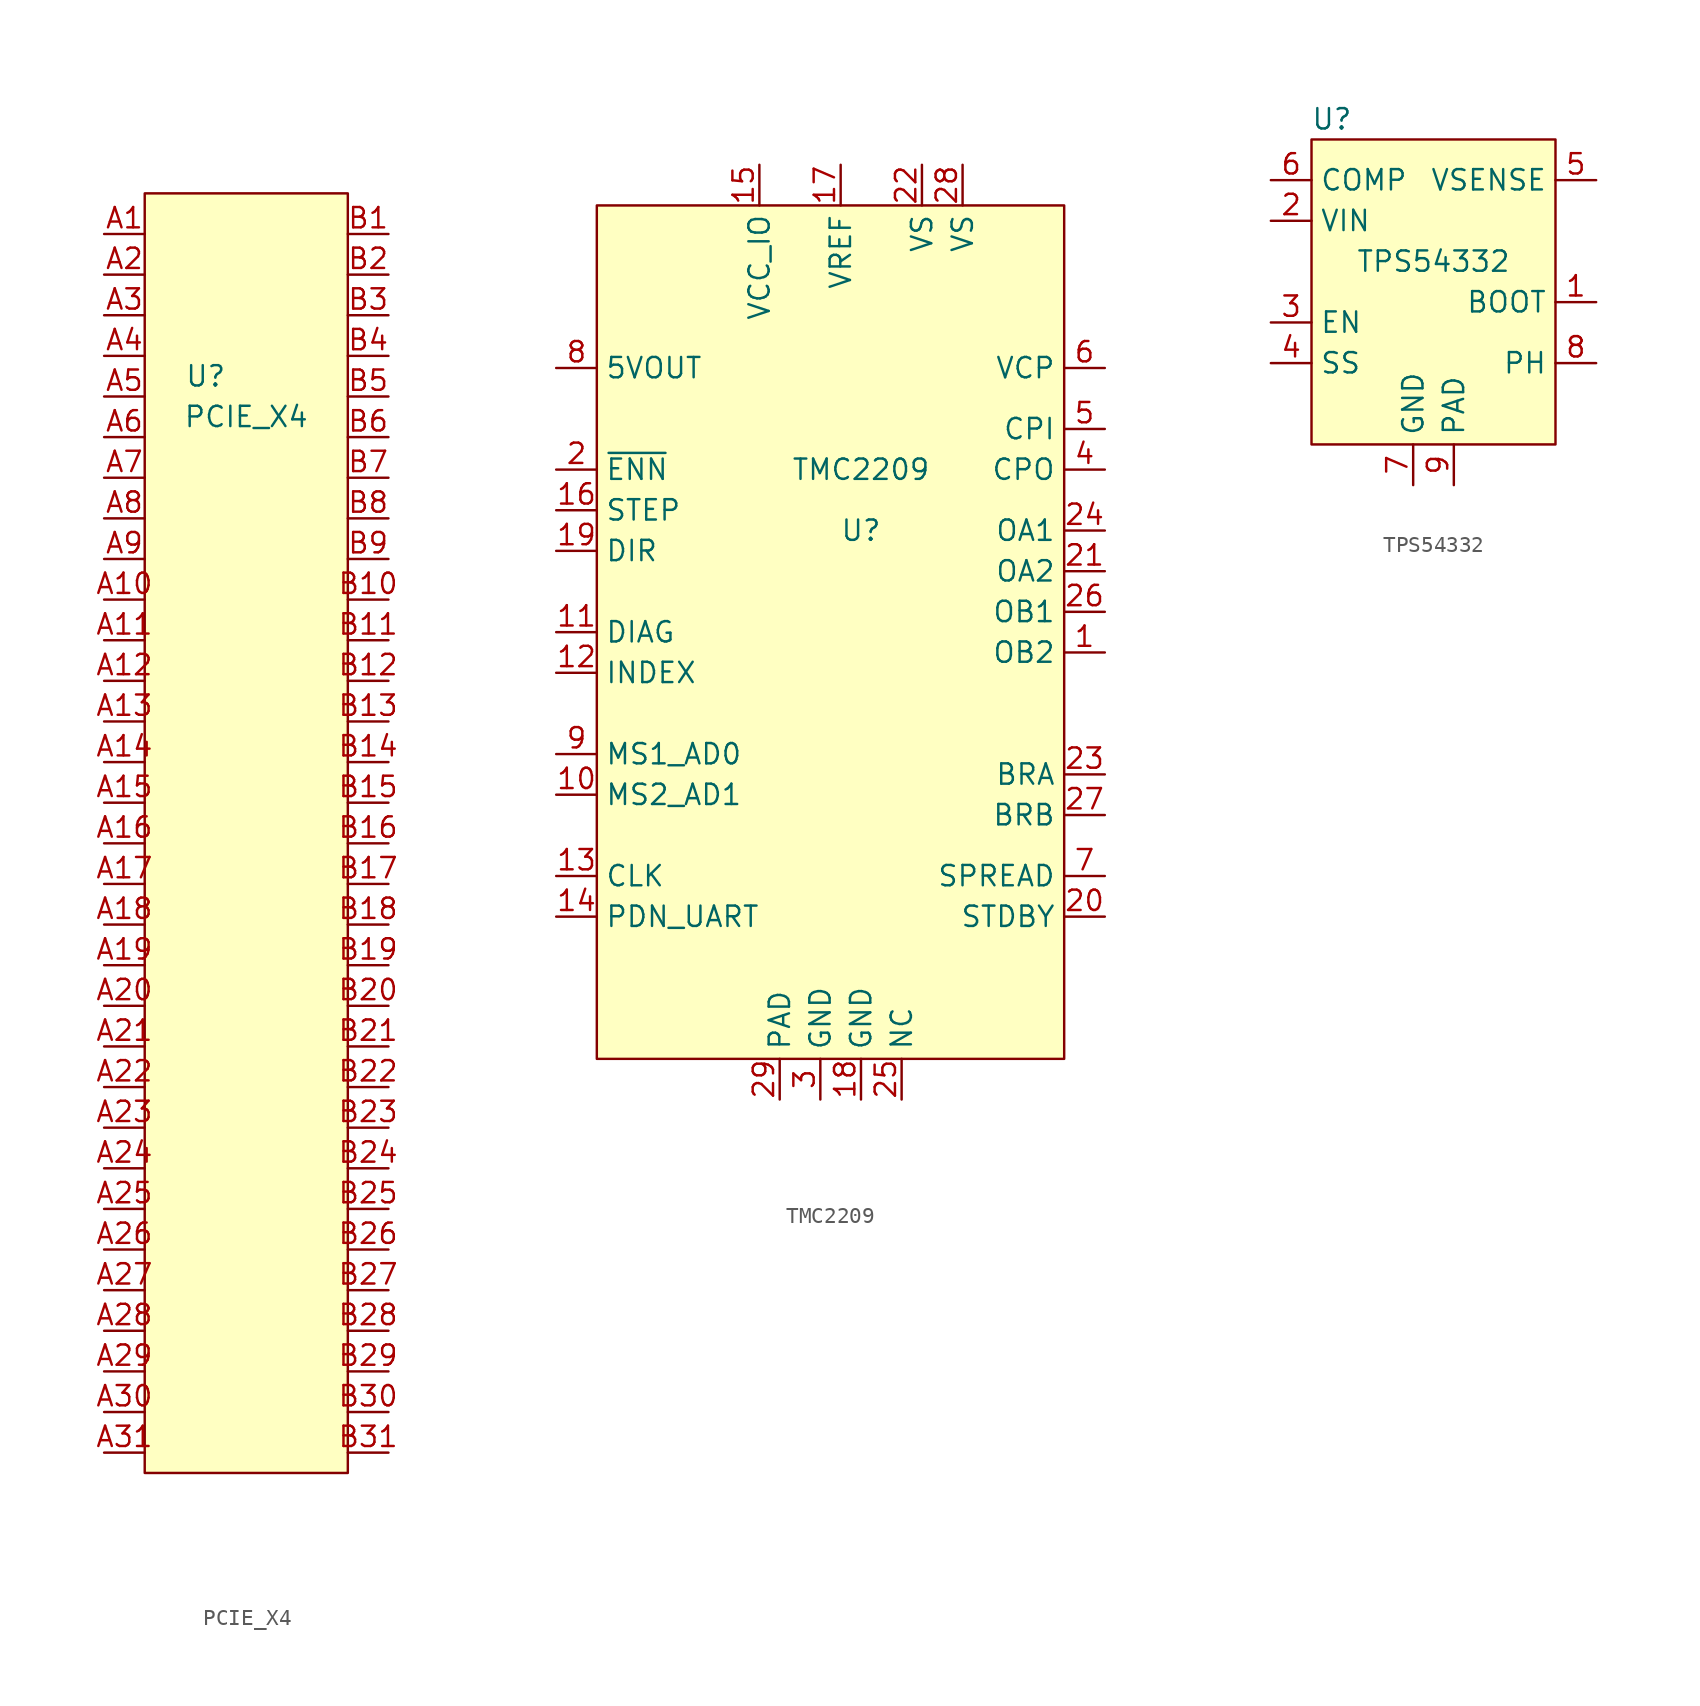
<source format=kicad_sym>
(kicad_symbol_lib
  (version 20231120)
  (generator "kicad_symbol_editor")
  (generator_version "8.0")
  (symbol "PCIE_X4"
    (property "Reference" "U"
      (at -2.54 25.4 0)
      (effects (font (size 1.27 1.27))))
    (property "Value" "PCIE_X4"
      (at 0 22.86 0)
      (effects (font (size 1.27 1.27))))
    (symbol "PCIE_X4_0_0"
      (pin unspecified line (at -8.89 34.29 0) (length 2.54) (name "" (effects (font (size 1.27 1.27)))) (number "A1" (effects (font (size 1.27 1.27)))))
      (pin unspecified line (at -8.89 11.43 0) (length 2.54) (name "" (effects (font (size 1.27 1.27)))) (number "A10" (effects (font (size 1.27 1.27)))))
      (pin unspecified line (at -8.89 8.89 0) (length 2.54) (name "" (effects (font (size 1.27 1.27)))) (number "A11" (effects (font (size 1.27 1.27)))))
      (pin unspecified line (at -8.89 6.35 0) (length 2.54) (name "" (effects (font (size 1.27 1.27)))) (number "A12" (effects (font (size 1.27 1.27)))))
      (pin unspecified line (at -8.89 3.81 0) (length 2.54) (name "" (effects (font (size 1.27 1.27)))) (number "A13" (effects (font (size 1.27 1.27)))))
      (pin unspecified line (at -8.89 1.27 0) (length 2.54) (name "" (effects (font (size 1.27 1.27)))) (number "A14" (effects (font (size 1.27 1.27)))))
      (pin unspecified line (at -8.89 -1.27 0) (length 2.54) (name "" (effects (font (size 1.27 1.27)))) (number "A15" (effects (font (size 1.27 1.27)))))
      (pin unspecified line (at -8.89 -3.81 0) (length 2.54) (name "" (effects (font (size 1.27 1.27)))) (number "A16" (effects (font (size 1.27 1.27)))))
      (pin unspecified line (at -8.89 -6.35 0) (length 2.54) (name "" (effects (font (size 1.27 1.27)))) (number "A17" (effects (font (size 1.27 1.27)))))
      (pin unspecified line (at -8.89 -8.89 0) (length 2.54) (name "" (effects (font (size 1.27 1.27)))) (number "A18" (effects (font (size 1.27 1.27)))))
      (pin unspecified line (at -8.89 -11.43 0) (length 2.54) (name "" (effects (font (size 1.27 1.27)))) (number "A19" (effects (font (size 1.27 1.27)))))
      (pin unspecified line (at -8.89 31.75 0) (length 2.54) (name "" (effects (font (size 1.27 1.27)))) (number "A2" (effects (font (size 1.27 1.27)))))
      (pin unspecified line (at -8.89 -13.97 0) (length 2.54) (name "" (effects (font (size 1.27 1.27)))) (number "A20" (effects (font (size 1.27 1.27)))))
      (pin unspecified line (at -8.89 -16.51 0) (length 2.54) (name "" (effects (font (size 1.27 1.27)))) (number "A21" (effects (font (size 1.27 1.27)))))
      (pin unspecified line (at -8.89 -19.05 0) (length 2.54) (name "" (effects (font (size 1.27 1.27)))) (number "A22" (effects (font (size 1.27 1.27)))))
      (pin unspecified line (at -8.89 -21.59 0) (length 2.54) (name "" (effects (font (size 1.27 1.27)))) (number "A23" (effects (font (size 1.27 1.27)))))
      (pin unspecified line (at -8.89 -24.13 0) (length 2.54) (name "" (effects (font (size 1.27 1.27)))) (number "A24" (effects (font (size 1.27 1.27)))))
      (pin unspecified line (at -8.89 -26.67 0) (length 2.54) (name "" (effects (font (size 1.27 1.27)))) (number "A25" (effects (font (size 1.27 1.27)))))
      (pin unspecified line (at -8.89 -29.21 0) (length 2.54) (name "" (effects (font (size 1.27 1.27)))) (number "A26" (effects (font (size 1.27 1.27)))))
      (pin unspecified line (at -8.89 -31.75 0) (length 2.54) (name "" (effects (font (size 1.27 1.27)))) (number "A27" (effects (font (size 1.27 1.27)))))
      (pin unspecified line (at -8.89 -34.29 0) (length 2.54) (name "" (effects (font (size 1.27 1.27)))) (number "A28" (effects (font (size 1.27 1.27)))))
      (pin unspecified line (at -8.89 -36.83 0) (length 2.54) (name "" (effects (font (size 1.27 1.27)))) (number "A29" (effects (font (size 1.27 1.27)))))
      (pin unspecified line (at -8.89 29.21 0) (length 2.54) (name "" (effects (font (size 1.27 1.27)))) (number "A3" (effects (font (size 1.27 1.27)))))
      (pin unspecified line (at -8.89 -39.37 0) (length 2.54) (name "" (effects (font (size 1.27 1.27)))) (number "A30" (effects (font (size 1.27 1.27)))))
      (pin unspecified line (at -8.89 -41.91 0) (length 2.54) (name "" (effects (font (size 1.27 1.27)))) (number "A31" (effects (font (size 1.27 1.27)))))
      (pin unspecified line (at -8.89 26.67 0) (length 2.54) (name "" (effects (font (size 1.27 1.27)))) (number "A4" (effects (font (size 1.27 1.27)))))
      (pin unspecified line (at -8.89 24.13 0) (length 2.54) (name "" (effects (font (size 1.27 1.27)))) (number "A5" (effects (font (size 1.27 1.27)))))
      (pin unspecified line (at -8.89 21.59 0) (length 2.54) (name "" (effects (font (size 1.27 1.27)))) (number "A6" (effects (font (size 1.27 1.27)))))
      (pin unspecified line (at -8.89 19.05 0) (length 2.54) (name "" (effects (font (size 1.27 1.27)))) (number "A7" (effects (font (size 1.27 1.27)))))
      (pin unspecified line (at -8.89 16.51 0) (length 2.54) (name "" (effects (font (size 1.27 1.27)))) (number "A8" (effects (font (size 1.27 1.27)))))
      (pin unspecified line (at -8.89 13.97 0) (length 2.54) (name "" (effects (font (size 1.27 1.27)))) (number "A9" (effects (font (size 1.27 1.27)))))
      (pin unspecified line (at 8.89 34.29 180) (length 2.54) (name "" (effects (font (size 1.27 1.27)))) (number "B1" (effects (font (size 1.27 1.27)))))
      (pin unspecified line (at 8.89 11.43 180) (length 2.54) (name "" (effects (font (size 1.27 1.27)))) (number "B10" (effects (font (size 1.27 1.27)))))
      (pin unspecified line (at 8.89 8.89 180) (length 2.54) (name "" (effects (font (size 1.27 1.27)))) (number "B11" (effects (font (size 1.27 1.27)))))
      (pin unspecified line (at 8.89 6.35 180) (length 2.54) (name "" (effects (font (size 1.27 1.27)))) (number "B12" (effects (font (size 1.27 1.27)))))
      (pin unspecified line (at 8.89 3.81 180) (length 2.54) (name "" (effects (font (size 1.27 1.27)))) (number "B13" (effects (font (size 1.27 1.27)))))
      (pin unspecified line (at 8.89 1.27 180) (length 2.54) (name "" (effects (font (size 1.27 1.27)))) (number "B14" (effects (font (size 1.27 1.27)))))
      (pin unspecified line (at 8.89 -1.27 180) (length 2.54) (name "" (effects (font (size 1.27 1.27)))) (number "B15" (effects (font (size 1.27 1.27)))))
      (pin unspecified line (at 8.89 -3.81 180) (length 2.54) (name "" (effects (font (size 1.27 1.27)))) (number "B16" (effects (font (size 1.27 1.27)))))
      (pin unspecified line (at 8.89 -6.35 180) (length 2.54) (name "" (effects (font (size 1.27 1.27)))) (number "B17" (effects (font (size 1.27 1.27)))))
      (pin unspecified line (at 8.89 -8.89 180) (length 2.54) (name "" (effects (font (size 1.27 1.27)))) (number "B18" (effects (font (size 1.27 1.27)))))
      (pin unspecified line (at 8.89 -11.43 180) (length 2.54) (name "" (effects (font (size 1.27 1.27)))) (number "B19" (effects (font (size 1.27 1.27)))))
      (pin unspecified line (at 8.89 31.75 180) (length 2.54) (name "" (effects (font (size 1.27 1.27)))) (number "B2" (effects (font (size 1.27 1.27)))))
      (pin unspecified line (at 8.89 -13.97 180) (length 2.54) (name "" (effects (font (size 1.27 1.27)))) (number "B20" (effects (font (size 1.27 1.27)))))
      (pin unspecified line (at 8.89 -16.51 180) (length 2.54) (name "" (effects (font (size 1.27 1.27)))) (number "B21" (effects (font (size 1.27 1.27)))))
      (pin unspecified line (at 8.89 -19.05 180) (length 2.54) (name "" (effects (font (size 1.27 1.27)))) (number "B22" (effects (font (size 1.27 1.27)))))
      (pin unspecified line (at 8.89 -21.59 180) (length 2.54) (name "" (effects (font (size 1.27 1.27)))) (number "B23" (effects (font (size 1.27 1.27)))))
      (pin unspecified line (at 8.89 -24.13 180) (length 2.54) (name "" (effects (font (size 1.27 1.27)))) (number "B24" (effects (font (size 1.27 1.27)))))
      (pin unspecified line (at 8.89 -26.67 180) (length 2.54) (name "" (effects (font (size 1.27 1.27)))) (number "B25" (effects (font (size 1.27 1.27)))))
      (pin unspecified line (at 8.89 -29.21 180) (length 2.54) (name "" (effects (font (size 1.27 1.27)))) (number "B26" (effects (font (size 1.27 1.27)))))
      (pin unspecified line (at 8.89 -31.75 180) (length 2.54) (name "" (effects (font (size 1.27 1.27)))) (number "B27" (effects (font (size 1.27 1.27)))))
      (pin unspecified line (at 8.89 -34.29 180) (length 2.54) (name "" (effects (font (size 1.27 1.27)))) (number "B28" (effects (font (size 1.27 1.27)))))
      (pin unspecified line (at 8.89 -36.83 180) (length 2.54) (name "" (effects (font (size 1.27 1.27)))) (number "B29" (effects (font (size 1.27 1.27)))))
      (pin unspecified line (at 8.89 29.21 180) (length 2.54) (name "" (effects (font (size 1.27 1.27)))) (number "B3" (effects (font (size 1.27 1.27)))))
      (pin unspecified line (at 8.89 -39.37 180) (length 2.54) (name "" (effects (font (size 1.27 1.27)))) (number "B30" (effects (font (size 1.27 1.27)))))
      (pin unspecified line (at 8.89 -41.91 180) (length 2.54) (name "" (effects (font (size 1.27 1.27)))) (number "B31" (effects (font (size 1.27 1.27)))))
      (pin unspecified line (at 8.89 26.67 180) (length 2.54) (name "" (effects (font (size 1.27 1.27)))) (number "B4" (effects (font (size 1.27 1.27)))))
      (pin unspecified line (at 8.89 24.13 180) (length 2.54) (name "" (effects (font (size 1.27 1.27)))) (number "B5" (effects (font (size 1.27 1.27)))))
      (pin unspecified line (at 8.89 21.59 180) (length 2.54) (name "" (effects (font (size 1.27 1.27)))) (number "B6" (effects (font (size 1.27 1.27)))))
      (pin unspecified line (at 8.89 19.05 180) (length 2.54) (name "" (effects (font (size 1.27 1.27)))) (number "B7" (effects (font (size 1.27 1.27)))))
      (pin unspecified line (at 8.89 16.51 180) (length 2.54) (name "" (effects (font (size 1.27 1.27)))) (number "B8" (effects (font (size 1.27 1.27)))))
      (pin unspecified line (at 8.89 13.97 180) (length 2.54) (name "" (effects (font (size 1.27 1.27)))) (number "B9" (effects (font (size 1.27 1.27))))))
    (symbol "PCIE_X4_0_1"
      (rectangle (start -6.35 36.83) (end 6.35 -43.18) (stroke (width 0.152) (type default)) (fill (type background)))))
  (symbol "TMC2209"
    (property "Reference" "U"
      (at 0 0 0)
      (effects (font (size 1.27 1.27))))
    (property "Value" "TMC2209"
      (at 0 3.81 0)
      (effects (font (size 1.27 1.27))))
    (symbol "TMC2209_0_1"
      (rectangle (start -16.51 20.32) (end 12.7 -33.02) (stroke (width 0.152) (type default)) (fill (type background))))
    (symbol "TMC2209_1_1"
      (pin input line (at 15.24 -7.62 180) (length 2.54) (name "OB2" (effects (font (size 1.27 1.27)))) (number "1" (effects (font (size 1.27 1.27)))))
      (pin input line (at -19.05 -16.51 0) (length 2.54) (name "MS2_AD1" (effects (font (size 1.27 1.27)))) (number "10" (effects (font (size 1.27 1.27)))))
      (pin input line (at -19.05 -6.35 0) (length 2.54) (name "DIAG" (effects (font (size 1.27 1.27)))) (number "11" (effects (font (size 1.27 1.27)))))
      (pin input line (at -19.05 -8.89 0) (length 2.54) (name "INDEX" (effects (font (size 1.27 1.27)))) (number "12" (effects (font (size 1.27 1.27)))))
      (pin input line (at -19.05 -21.59 0) (length 2.54) (name "CLK" (effects (font (size 1.27 1.27)))) (number "13" (effects (font (size 1.27 1.27)))))
      (pin input line (at -19.05 -24.13 0) (length 2.54) (name "PDN_UART" (effects (font (size 1.27 1.27)))) (number "14" (effects (font (size 1.27 1.27)))))
      (pin input line (at -6.35 22.86 270) (length 2.54) (name "VCC_IO" (effects (font (size 1.27 1.27)))) (number "15" (effects (font (size 1.27 1.27)))))
      (pin input line (at -19.05 1.27 0) (length 2.54) (name "STEP" (effects (font (size 1.27 1.27)))) (number "16" (effects (font (size 1.27 1.27)))))
      (pin input line (at -1.27 22.86 270) (length 2.54) (name "VREF" (effects (font (size 1.27 1.27)))) (number "17" (effects (font (size 1.27 1.27)))))
      (pin input line (at 0 -35.56 90) (length 2.54) (name "GND" (effects (font (size 1.27 1.27)))) (number "18" (effects (font (size 1.27 1.27)))))
      (pin input line (at -19.05 -1.27 0) (length 2.54) (name "DIR" (effects (font (size 1.27 1.27)))) (number "19" (effects (font (size 1.27 1.27)))))
      (pin input line (at -19.05 3.81 0) (length 2.54) (name "~{ENN}" (effects (font (size 1.27 1.27)))) (number "2" (effects (font (size 1.27 1.27)))))
      (pin input line (at 15.24 -24.13 180) (length 2.54) (name "STDBY" (effects (font (size 1.27 1.27)))) (number "20" (effects (font (size 1.27 1.27)))))
      (pin input line (at 15.24 -2.54 180) (length 2.54) (name "OA2" (effects (font (size 1.27 1.27)))) (number "21" (effects (font (size 1.27 1.27)))))
      (pin input line (at 3.81 22.86 270) (length 2.54) (name "VS" (effects (font (size 1.27 1.27)))) (number "22" (effects (font (size 1.27 1.27)))))
      (pin input line (at 15.24 -15.24 180) (length 2.54) (name "BRA" (effects (font (size 1.27 1.27)))) (number "23" (effects (font (size 1.27 1.27)))))
      (pin input line (at 15.24 0 180) (length 2.54) (name "OA1" (effects (font (size 1.27 1.27)))) (number "24" (effects (font (size 1.27 1.27)))))
      (pin input line (at 2.54 -35.56 90) (length 2.54) (name "NC" (effects (font (size 1.27 1.27)))) (number "25" (effects (font (size 1.27 1.27)))))
      (pin input line (at 15.24 -5.08 180) (length 2.54) (name "OB1" (effects (font (size 1.27 1.27)))) (number "26" (effects (font (size 1.27 1.27)))))
      (pin input line (at 15.24 -17.78 180) (length 2.54) (name "BRB" (effects (font (size 1.27 1.27)))) (number "27" (effects (font (size 1.27 1.27)))))
      (pin input line (at 6.35 22.86 270) (length 2.54) (name "VS" (effects (font (size 1.27 1.27)))) (number "28" (effects (font (size 1.27 1.27)))))
      (pin input line (at -5.08 -35.56 90) (length 2.54) (name "PAD" (effects (font (size 1.27 1.27)))) (number "29" (effects (font (size 1.27 1.27)))))
      (pin input line (at -2.54 -35.56 90) (length 2.54) (name "GND" (effects (font (size 1.27 1.27)))) (number "3" (effects (font (size 1.27 1.27)))))
      (pin input line (at 15.24 3.81 180) (length 2.54) (name "CPO" (effects (font (size 1.27 1.27)))) (number "4" (effects (font (size 1.27 1.27)))))
      (pin input line (at 15.24 6.35 180) (length 2.54) (name "CPI" (effects (font (size 1.27 1.27)))) (number "5" (effects (font (size 1.27 1.27)))))
      (pin input line (at 15.24 10.16 180) (length 2.54) (name "VCP" (effects (font (size 1.27 1.27)))) (number "6" (effects (font (size 1.27 1.27)))))
      (pin input line (at 15.24 -21.59 180) (length 2.54) (name "SPREAD" (effects (font (size 1.27 1.27)))) (number "7" (effects (font (size 1.27 1.27)))))
      (pin input line (at -19.05 10.16 0) (length 2.54) (name "5VOUT" (effects (font (size 1.27 1.27)))) (number "8" (effects (font (size 1.27 1.27)))))
      (pin input line (at -19.05 -13.97 0) (length 2.54) (name "MS1_AD0" (effects (font (size 1.27 1.27)))) (number "9" (effects (font (size 1.27 1.27)))))))
  (symbol "TPS54332"
    (property "Reference" "U"
      (at -6.35 8.89 0)
      (effects (font (size 1.27 1.27))))
    (property "Value" "TPS54332"
      (at 0 0 0)
      (effects (font (size 1.27 1.27))))
    (symbol "TPS54332_0_0"
      (pin unspecified line (at 10.16 -2.54 180) (length 2.54) (name "BOOT" (effects (font (size 1.27 1.27)))) (number "1" (effects (font (size 1.27 1.27)))))
      (pin unspecified line (at -10.16 2.54 0) (length 2.54) (name "VIN" (effects (font (size 1.27 1.27)))) (number "2" (effects (font (size 1.27 1.27)))))
      (pin unspecified line (at -10.16 -3.81 0) (length 2.54) (name "EN" (effects (font (size 1.27 1.27)))) (number "3" (effects (font (size 1.27 1.27)))))
      (pin unspecified line (at -10.16 -6.35 0) (length 2.54) (name "SS" (effects (font (size 1.27 1.27)))) (number "4" (effects (font (size 1.27 1.27)))))
      (pin unspecified line (at 10.16 5.08 180) (length 2.54) (name "VSENSE" (effects (font (size 1.27 1.27)))) (number "5" (effects (font (size 1.27 1.27)))))
      (pin unspecified line (at -10.16 5.08 0) (length 2.54) (name "COMP" (effects (font (size 1.27 1.27)))) (number "6" (effects (font (size 1.27 1.27)))))
      (pin unspecified line (at -1.27 -13.97 90) (length 2.54) (name "GND" (effects (font (size 1.27 1.27)))) (number "7" (effects (font (size 1.27 1.27)))))
      (pin unspecified line (at 10.16 -6.35 180) (length 2.54) (name "PH" (effects (font (size 1.27 1.27)))) (number "8" (effects (font (size 1.27 1.27)))))
      (pin unspecified line (at 1.27 -13.97 90) (length 2.54) (name "PAD" (effects (font (size 1.27 1.27)))) (number "9" (effects (font (size 1.27 1.27))))))
    (symbol "TPS54332_0_1"
      (rectangle (start -7.62 7.62) (end 7.62 -11.43) (stroke (width 0.152) (type default)) (fill (type background))))))
</source>
